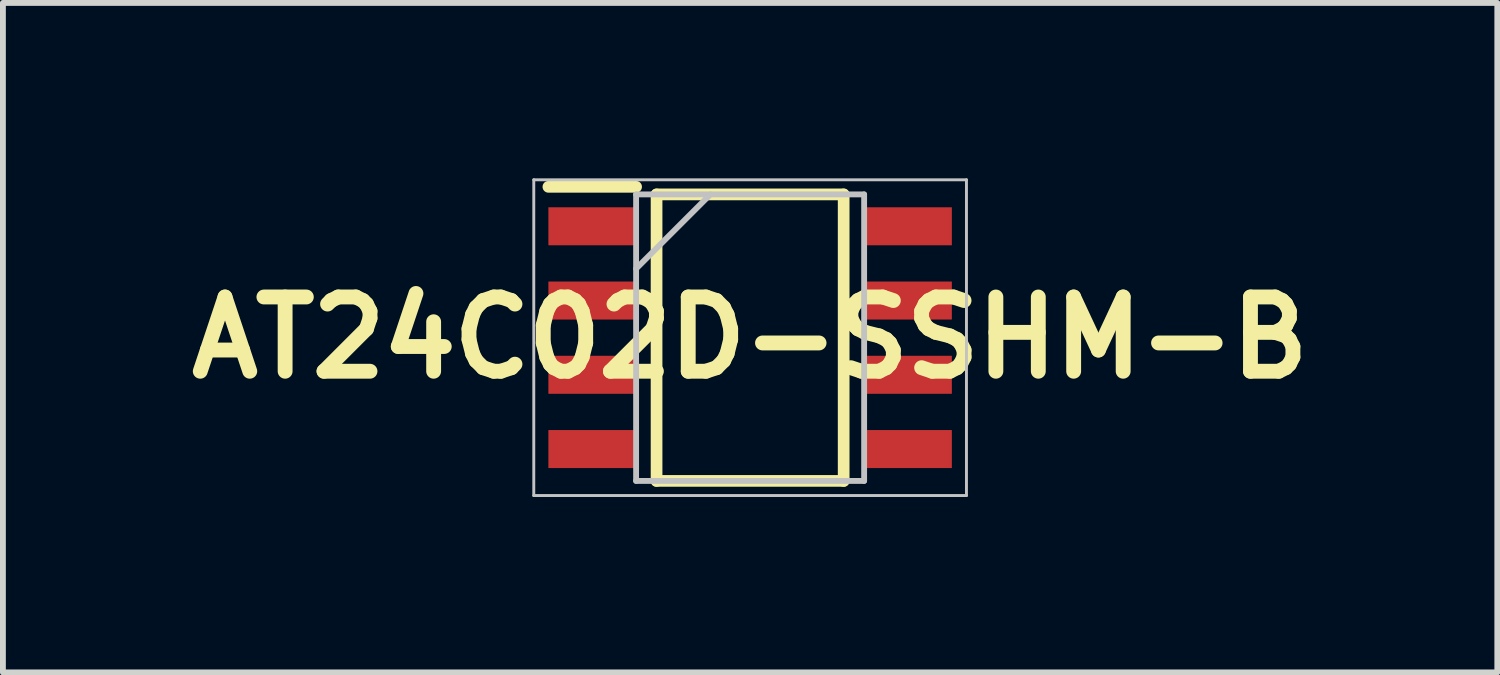
<source format=kicad_pcb>
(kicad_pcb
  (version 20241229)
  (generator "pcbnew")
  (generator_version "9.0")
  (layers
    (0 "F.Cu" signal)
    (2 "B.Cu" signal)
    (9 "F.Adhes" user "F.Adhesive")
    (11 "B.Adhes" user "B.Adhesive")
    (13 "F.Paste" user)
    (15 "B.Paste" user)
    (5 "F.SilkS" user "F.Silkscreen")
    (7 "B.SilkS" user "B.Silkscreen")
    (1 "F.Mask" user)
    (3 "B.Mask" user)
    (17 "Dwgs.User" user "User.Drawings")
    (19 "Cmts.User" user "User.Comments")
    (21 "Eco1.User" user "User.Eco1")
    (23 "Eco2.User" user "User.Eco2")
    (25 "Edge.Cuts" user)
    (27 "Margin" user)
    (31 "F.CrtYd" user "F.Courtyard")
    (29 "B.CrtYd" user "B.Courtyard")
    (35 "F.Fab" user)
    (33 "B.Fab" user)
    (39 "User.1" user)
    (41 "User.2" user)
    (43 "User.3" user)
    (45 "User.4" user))
  (footprint "AT24C02D-SSHM-B"
    (layer "F.Cu")
    (at 9.779 2.725)
    (property "Reference" "AT24C02D-SSHM-B" (at 0 0 0) (layer "F.SilkS") (effects (font (size 1.27 1.27) (thickness 0.254))))
    (attr smd)
    (fp_line (start -3.45 -2.58) (end -1.95 -2.58) (stroke (width 0.2) (type solid)) (layer "F.SilkS"))
    (fp_line (start -1.6 -2.45) (end 1.6 -2.45) (stroke (width 0.2) (type solid)) (layer "F.SilkS"))
    (fp_line (start -1.6 2.45) (end -1.6 -2.45) (stroke (width 0.2) (type solid)) (layer "F.SilkS"))
    (fp_line (start 1.6 -2.45) (end 1.6 2.45) (stroke (width 0.2) (type solid)) (layer "F.SilkS"))
    (fp_line (start 1.6 2.45) (end -1.6 2.45) (stroke (width 0.2) (type solid)) (layer "F.SilkS"))
    (fp_line (start -3.7 -2.7) (end 3.7 -2.7) (stroke (width 0.05) (type solid)) (layer "Dwgs.User"))
    (fp_line (start -3.7 2.7) (end -3.7 -2.7) (stroke (width 0.05) (type solid)) (layer "Dwgs.User"))
    (fp_line (start -1.95 -2.45) (end 1.95 -2.45) (stroke (width 0.1) (type solid)) (layer "Dwgs.User"))
    (fp_line (start -1.95 -1.18) (end -0.68 -2.45) (stroke (width 0.1) (type solid)) (layer "Dwgs.User"))
    (fp_line (start -1.95 2.45) (end -1.95 -2.45) (stroke (width 0.1) (type solid)) (layer "Dwgs.User"))
    (fp_line (start 1.95 -2.45) (end 1.95 2.45) (stroke (width 0.1) (type solid)) (layer "Dwgs.User"))
    (fp_line (start 1.95 2.45) (end -1.95 2.45) (stroke (width 0.1) (type solid)) (layer "Dwgs.User"))
    (fp_line (start 3.7 -2.7) (end 3.7 2.7) (stroke (width 0.05) (type solid)) (layer "Dwgs.User"))
    (fp_line (start 3.7 2.7) (end -3.7 2.7) (stroke (width 0.05) (type solid)) (layer "Dwgs.User"))
    (pad "1" smd rect (at -2.7 -1.905 90) (size 0.65 1.5) (layers "F.Cu" "F.Paste"))
    (pad "2" smd rect (at -2.7 -0.635 90) (size 0.65 1.5) (layers "F.Cu" "F.Paste"))
    (pad "3" smd rect (at -2.7 0.635 90) (size 0.65 1.5) (layers "F.Cu" "F.Paste"))
    (pad "4" smd rect (at -2.7 1.905 90) (size 0.65 1.5) (layers "F.Cu" "F.Paste"))
    (pad "5" smd rect (at 2.7 1.905 90) (size 0.65 1.5) (layers "F.Cu" "F.Paste"))
    (pad "6" smd rect (at 2.7 0.635 90) (size 0.65 1.5) (layers "F.Cu" "F.Paste"))
    (pad "7" smd rect (at 2.7 -0.635 90) (size 0.65 1.5) (layers "F.Cu" "F.Paste"))
    (pad "8" smd rect (at 2.7 -1.905 90) (size 0.65 1.5) (layers "F.Cu" "F.Paste")))
  (gr_rect
    (start -3 -3)
    (end 22.558 8.45)
    (stroke (width 0.1) (type default))
    (fill no)
    (layer "Edge.Cuts")))
</source>
